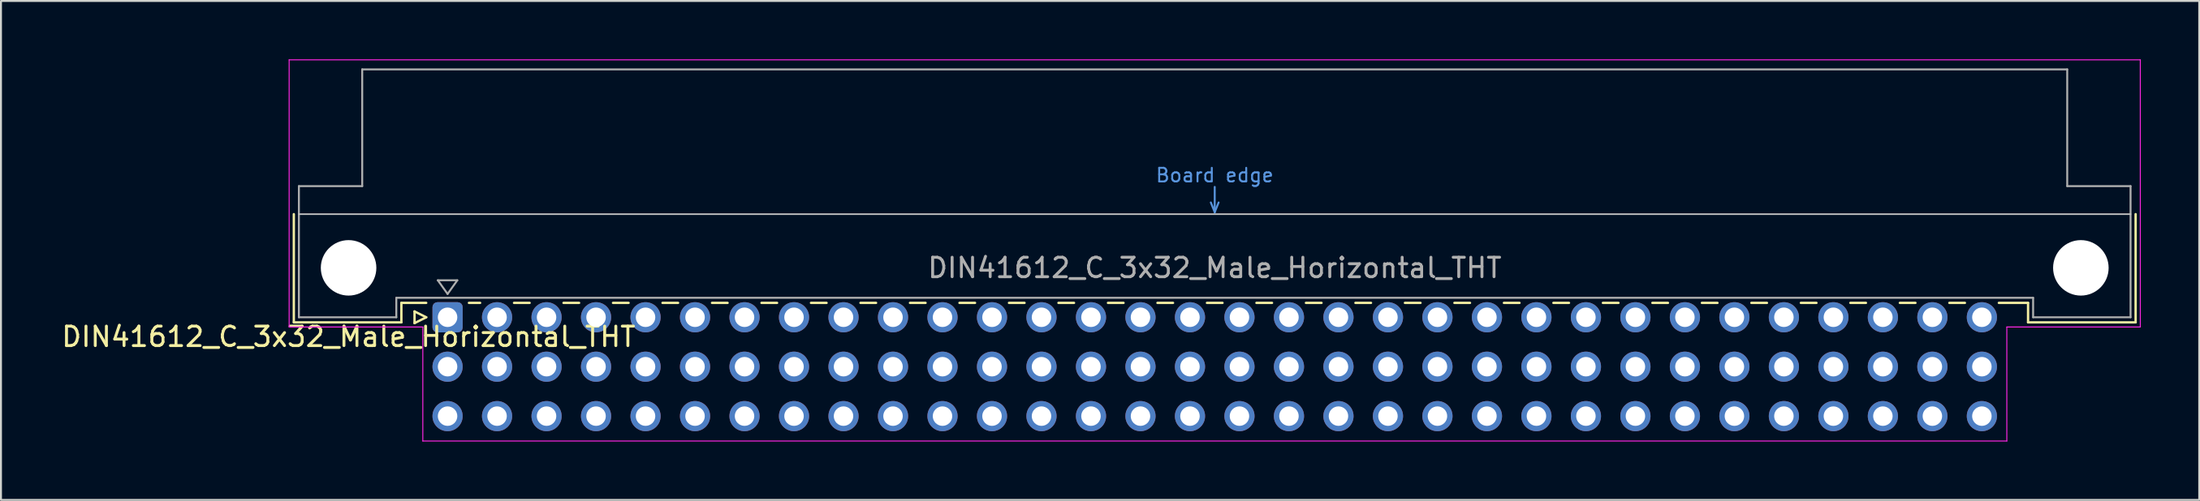
<source format=kicad_pcb>
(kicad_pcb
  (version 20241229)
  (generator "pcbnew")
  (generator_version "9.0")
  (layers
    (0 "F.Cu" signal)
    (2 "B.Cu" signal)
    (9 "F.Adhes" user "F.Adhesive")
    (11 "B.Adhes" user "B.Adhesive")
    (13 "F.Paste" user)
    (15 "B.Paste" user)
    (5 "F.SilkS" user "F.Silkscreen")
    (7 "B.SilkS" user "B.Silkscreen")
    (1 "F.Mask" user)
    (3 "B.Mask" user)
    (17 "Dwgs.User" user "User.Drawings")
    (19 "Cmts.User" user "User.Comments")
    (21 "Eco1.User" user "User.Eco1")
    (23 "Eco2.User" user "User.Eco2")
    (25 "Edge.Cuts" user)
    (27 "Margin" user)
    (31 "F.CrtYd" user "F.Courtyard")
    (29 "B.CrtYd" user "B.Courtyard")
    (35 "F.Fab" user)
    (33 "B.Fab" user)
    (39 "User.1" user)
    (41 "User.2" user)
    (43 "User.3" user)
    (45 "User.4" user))
  (footprint "DIN41612_C_3x32_Male_Horizontal_THT"
    (layer "F.Cu")
    (at 19.919 13.255)
    (property "Reference" "DIN41612_C_3x32_Male_Horizontal_THT" (at -5.08 1 0) (layer "F.SilkS") (effects (font (size 1 1) (thickness 0.15))))
    (attr through_hole)
    (fp_line (start -7.89 -5.3) (end -7.89 0.26) (stroke (width 0.12) (type solid)) (layer "F.SilkS"))
    (fp_line (start -7.89 0.26) (end -2.37 0.26) (stroke (width 0.12) (type solid)) (layer "F.SilkS"))
    (fp_line (start -2.371 -0.74) (end -1.095 -0.74) (stroke (width 0.12) (type solid)) (layer "F.SilkS"))
    (fp_line (start -2.37 0.26) (end -2.37 -0.74) (stroke (width 0.12) (type solid)) (layer "F.SilkS"))
    (fp_line (start -1.695 -0.3) (end -1.695 0.3) (stroke (width 0.12) (type solid)) (layer "F.SilkS"))
    (fp_line (start -1.695 0.3) (end -1.095 0) (stroke (width 0.12) (type solid)) (layer "F.SilkS"))
    (fp_line (start -1.095 0) (end -1.695 -0.3) (stroke (width 0.12) (type solid)) (layer "F.SilkS"))
    (fp_line (start 1.095 -0.74) (end 1.671 -0.74) (stroke (width 0.12) (type solid)) (layer "F.SilkS"))
    (fp_line (start 3.41 -0.74) (end 4.211 -0.74) (stroke (width 0.12) (type solid)) (layer "F.SilkS"))
    (fp_line (start 5.95 -0.74) (end 6.751 -0.74) (stroke (width 0.12) (type solid)) (layer "F.SilkS"))
    (fp_line (start 8.49 -0.74) (end 9.291 -0.74) (stroke (width 0.12) (type solid)) (layer "F.SilkS"))
    (fp_line (start 11.03 -0.74) (end 11.831 -0.74) (stroke (width 0.12) (type solid)) (layer "F.SilkS"))
    (fp_line (start 13.57 -0.74) (end 14.371 -0.74) (stroke (width 0.12) (type solid)) (layer "F.SilkS"))
    (fp_line (start 16.11 -0.74) (end 16.911 -0.74) (stroke (width 0.12) (type solid)) (layer "F.SilkS"))
    (fp_line (start 18.65 -0.74) (end 19.451 -0.74) (stroke (width 0.12) (type solid)) (layer "F.SilkS"))
    (fp_line (start 21.19 -0.74) (end 21.991 -0.74) (stroke (width 0.12) (type solid)) (layer "F.SilkS"))
    (fp_line (start 23.73 -0.74) (end 24.531 -0.74) (stroke (width 0.12) (type solid)) (layer "F.SilkS"))
    (fp_line (start 26.27 -0.74) (end 27.071 -0.74) (stroke (width 0.12) (type solid)) (layer "F.SilkS"))
    (fp_line (start 28.81 -0.74) (end 29.611 -0.74) (stroke (width 0.12) (type solid)) (layer "F.SilkS"))
    (fp_line (start 31.35 -0.74) (end 32.151 -0.74) (stroke (width 0.12) (type solid)) (layer "F.SilkS"))
    (fp_line (start 33.89 -0.74) (end 34.691 -0.74) (stroke (width 0.12) (type solid)) (layer "F.SilkS"))
    (fp_line (start 36.43 -0.74) (end 37.231 -0.74) (stroke (width 0.12) (type solid)) (layer "F.SilkS"))
    (fp_line (start 38.97 -0.74) (end 39.771 -0.74) (stroke (width 0.12) (type solid)) (layer "F.SilkS"))
    (fp_line (start 41.51 -0.74) (end 42.311 -0.74) (stroke (width 0.12) (type solid)) (layer "F.SilkS"))
    (fp_line (start 44.05 -0.74) (end 44.851 -0.74) (stroke (width 0.12) (type solid)) (layer "F.SilkS"))
    (fp_line (start 46.59 -0.74) (end 47.391 -0.74) (stroke (width 0.12) (type solid)) (layer "F.SilkS"))
    (fp_line (start 49.13 -0.74) (end 49.931 -0.74) (stroke (width 0.12) (type solid)) (layer "F.SilkS"))
    (fp_line (start 51.67 -0.74) (end 52.471 -0.74) (stroke (width 0.12) (type solid)) (layer "F.SilkS"))
    (fp_line (start 54.21 -0.74) (end 55.011 -0.74) (stroke (width 0.12) (type solid)) (layer "F.SilkS"))
    (fp_line (start 56.75 -0.74) (end 57.551 -0.74) (stroke (width 0.12) (type solid)) (layer "F.SilkS"))
    (fp_line (start 59.29 -0.74) (end 60.091 -0.74) (stroke (width 0.12) (type solid)) (layer "F.SilkS"))
    (fp_line (start 61.83 -0.74) (end 62.631 -0.74) (stroke (width 0.12) (type solid)) (layer "F.SilkS"))
    (fp_line (start 64.37 -0.74) (end 65.171 -0.74) (stroke (width 0.12) (type solid)) (layer "F.SilkS"))
    (fp_line (start 66.91 -0.74) (end 67.711 -0.74) (stroke (width 0.12) (type solid)) (layer "F.SilkS"))
    (fp_line (start 69.45 -0.74) (end 70.251 -0.74) (stroke (width 0.12) (type solid)) (layer "F.SilkS"))
    (fp_line (start 71.99 -0.74) (end 72.791 -0.74) (stroke (width 0.12) (type solid)) (layer "F.SilkS"))
    (fp_line (start 74.53 -0.74) (end 75.331 -0.74) (stroke (width 0.12) (type solid)) (layer "F.SilkS"))
    (fp_line (start 77.07 -0.74) (end 77.871 -0.74) (stroke (width 0.12) (type solid)) (layer "F.SilkS"))
    (fp_line (start 79.61 -0.74) (end 81.11 -0.74) (stroke (width 0.12) (type solid)) (layer "F.SilkS"))
    (fp_line (start 81.11 0.26) (end 81.11 -0.74) (stroke (width 0.12) (type solid)) (layer "F.SilkS"))
    (fp_line (start 86.63 -5.3) (end 86.63 0.26) (stroke (width 0.12) (type solid)) (layer "F.SilkS"))
    (fp_line (start 86.63 0.26) (end 81.11 0.26) (stroke (width 0.12) (type solid)) (layer "F.SilkS"))
    (fp_line (start -7.63 -5.3) (end 86.37 -5.3) (stroke (width 0.08) (type solid)) (layer "Dwgs.User"))
    (fp_line (start 39.17 -5.9) (end 39.37 -5.4) (stroke (width 0.1) (type solid)) (layer "Cmts.User"))
    (fp_line (start 39.37 -5.4) (end 39.37 -6.7) (stroke (width 0.1) (type solid)) (layer "Cmts.User"))
    (fp_line (start 39.37 -5.4) (end 39.57 -5.9) (stroke (width 0.1) (type solid)) (layer "Cmts.User"))
    (fp_line (start -8.13 -13.23) (end -8.13 0.5) (stroke (width 0.05) (type solid)) (layer "F.CrtYd"))
    (fp_line (start -8.13 0.5) (end -1.27 0.5) (stroke (width 0.05) (type solid)) (layer "F.CrtYd"))
    (fp_line (start -1.27 0.5) (end -1.27 6.36) (stroke (width 0.05) (type solid)) (layer "F.CrtYd"))
    (fp_line (start -1.27 6.36) (end 80.02 6.36) (stroke (width 0.05) (type solid)) (layer "F.CrtYd"))
    (fp_line (start 80.02 0.5) (end 86.87 0.5) (stroke (width 0.05) (type solid)) (layer "F.CrtYd"))
    (fp_line (start 80.02 6.36) (end 80.02 0.5) (stroke (width 0.05) (type solid)) (layer "F.CrtYd"))
    (fp_line (start 86.87 -13.23) (end -8.13 -13.23) (stroke (width 0.05) (type solid)) (layer "F.CrtYd"))
    (fp_line (start 86.87 0.5) (end 86.87 -13.23) (stroke (width 0.05) (type solid)) (layer "F.CrtYd"))
    (fp_line (start -7.63 -6.74) (end -7.63 0) (stroke (width 0.1) (type solid)) (layer "F.Fab"))
    (fp_line (start -7.63 0) (end -2.63 0) (stroke (width 0.1) (type solid)) (layer "F.Fab"))
    (fp_line (start -4.38 -12.74) (end -4.38 -6.74) (stroke (width 0.1) (type solid)) (layer "F.Fab"))
    (fp_line (start -4.38 -6.74) (end -7.63 -6.74) (stroke (width 0.1) (type solid)) (layer "F.Fab"))
    (fp_line (start -2.63 -1) (end 81.37 -1) (stroke (width 0.1) (type solid)) (layer "F.Fab"))
    (fp_line (start -2.63 0) (end -2.63 -1) (stroke (width 0.1) (type solid)) (layer "F.Fab"))
    (fp_line (start -0.5 -1.9) (end 0.5 -1.9) (stroke (width 0.1) (type solid)) (layer "F.Fab"))
    (fp_line (start 0 -1.2) (end -0.5 -1.9) (stroke (width 0.1) (type solid)) (layer "F.Fab"))
    (fp_line (start 0.5 -1.9) (end 0 -1.2) (stroke (width 0.1) (type solid)) (layer "F.Fab"))
    (fp_line (start 81.37 -1) (end 81.37 0) (stroke (width 0.1) (type solid)) (layer "F.Fab"))
    (fp_line (start 81.37 0) (end 86.37 0) (stroke (width 0.1) (type solid)) (layer "F.Fab"))
    (fp_line (start 83.12 -12.74) (end -4.38 -12.74) (stroke (width 0.1) (type solid)) (layer "F.Fab"))
    (fp_line (start 83.12 -6.74) (end 83.12 -12.74) (stroke (width 0.1) (type solid)) (layer "F.Fab"))
    (fp_line (start 86.37 -6.74) (end 83.12 -6.74) (stroke (width 0.1) (type solid)) (layer "F.Fab"))
    (fp_line (start 86.37 0) (end 86.37 -6.74) (stroke (width 0.1) (type solid)) (layer "F.Fab"))
    (fp_text user "Board edge" (at 39.37 -7.3 0) (layer "Cmts.User") (effects (font (size 0.7 0.7) (thickness 0.1))))
    (fp_text user "${REFERENCE}" (at 39.37 -2.54 0) (layer "F.Fab") (effects (font (size 1 1) (thickness 0.15))))
    (pad "" np_thru_hole circle (at -5.08 -2.54) (size 2.85 2.85) (drill 2.85) (layers "*.Cu" "*.Mask"))
    (pad "" np_thru_hole circle (at 83.82 -2.54) (size 2.85 2.85) (drill 2.85) (layers "*.Cu" "*.Mask"))
    (pad "a1" thru_hole roundrect (at 0 0) (size 1.55 1.55) (drill 1) (layers "*.Cu" "*.Mask") (roundrect_rratio 0.161))
    (pad "a2" thru_hole circle (at 2.54 0) (size 1.55 1.55) (drill 1) (layers "*.Cu" "*.Mask"))
    (pad "a3" thru_hole circle (at 5.08 0) (size 1.55 1.55) (drill 1) (layers "*.Cu" "*.Mask"))
    (pad "a4" thru_hole circle (at 7.62 0) (size 1.55 1.55) (drill 1) (layers "*.Cu" "*.Mask"))
    (pad "a5" thru_hole circle (at 10.16 0) (size 1.55 1.55) (drill 1) (layers "*.Cu" "*.Mask"))
    (pad "a6" thru_hole circle (at 12.7 0) (size 1.55 1.55) (drill 1) (layers "*.Cu" "*.Mask"))
    (pad "a7" thru_hole circle (at 15.24 0) (size 1.55 1.55) (drill 1) (layers "*.Cu" "*.Mask"))
    (pad "a8" thru_hole circle (at 17.78 0) (size 1.55 1.55) (drill 1) (layers "*.Cu" "*.Mask"))
    (pad "a9" thru_hole circle (at 20.32 0) (size 1.55 1.55) (drill 1) (layers "*.Cu" "*.Mask"))
    (pad "a10" thru_hole circle (at 22.86 0) (size 1.55 1.55) (drill 1) (layers "*.Cu" "*.Mask"))
    (pad "a11" thru_hole circle (at 25.4 0) (size 1.55 1.55) (drill 1) (layers "*.Cu" "*.Mask"))
    (pad "a12" thru_hole circle (at 27.94 0) (size 1.55 1.55) (drill 1) (layers "*.Cu" "*.Mask"))
    (pad "a13" thru_hole circle (at 30.48 0) (size 1.55 1.55) (drill 1) (layers "*.Cu" "*.Mask"))
    (pad "a14" thru_hole circle (at 33.02 0) (size 1.55 1.55) (drill 1) (layers "*.Cu" "*.Mask"))
    (pad "a15" thru_hole circle (at 35.56 0) (size 1.55 1.55) (drill 1) (layers "*.Cu" "*.Mask"))
    (pad "a16" thru_hole circle (at 38.1 0) (size 1.55 1.55) (drill 1) (layers "*.Cu" "*.Mask"))
    (pad "a17" thru_hole circle (at 40.64 0) (size 1.55 1.55) (drill 1) (layers "*.Cu" "*.Mask"))
    (pad "a18" thru_hole circle (at 43.18 0) (size 1.55 1.55) (drill 1) (layers "*.Cu" "*.Mask"))
    (pad "a19" thru_hole circle (at 45.72 0) (size 1.55 1.55) (drill 1) (layers "*.Cu" "*.Mask"))
    (pad "a20" thru_hole circle (at 48.26 0) (size 1.55 1.55) (drill 1) (layers "*.Cu" "*.Mask"))
    (pad "a21" thru_hole circle (at 50.8 0) (size 1.55 1.55) (drill 1) (layers "*.Cu" "*.Mask"))
    (pad "a22" thru_hole circle (at 53.34 0) (size 1.55 1.55) (drill 1) (layers "*.Cu" "*.Mask"))
    (pad "a23" thru_hole circle (at 55.88 0) (size 1.55 1.55) (drill 1) (layers "*.Cu" "*.Mask"))
    (pad "a24" thru_hole circle (at 58.42 0) (size 1.55 1.55) (drill 1) (layers "*.Cu" "*.Mask"))
    (pad "a25" thru_hole circle (at 60.96 0) (size 1.55 1.55) (drill 1) (layers "*.Cu" "*.Mask"))
    (pad "a26" thru_hole circle (at 63.5 0) (size 1.55 1.55) (drill 1) (layers "*.Cu" "*.Mask"))
    (pad "a27" thru_hole circle (at 66.04 0) (size 1.55 1.55) (drill 1) (layers "*.Cu" "*.Mask"))
    (pad "a28" thru_hole circle (at 68.58 0) (size 1.55 1.55) (drill 1) (layers "*.Cu" "*.Mask"))
    (pad "a29" thru_hole circle (at 71.12 0) (size 1.55 1.55) (drill 1) (layers "*.Cu" "*.Mask"))
    (pad "a30" thru_hole circle (at 73.66 0) (size 1.55 1.55) (drill 1) (layers "*.Cu" "*.Mask"))
    (pad "a31" thru_hole circle (at 76.2 0) (size 1.55 1.55) (drill 1) (layers "*.Cu" "*.Mask"))
    (pad "a32" thru_hole circle (at 78.74 0) (size 1.55 1.55) (drill 1) (layers "*.Cu" "*.Mask"))
    (pad "b1" thru_hole circle (at 0 2.54) (size 1.55 1.55) (drill 1) (layers "*.Cu" "*.Mask"))
    (pad "b2" thru_hole circle (at 2.54 2.54) (size 1.55 1.55) (drill 1) (layers "*.Cu" "*.Mask"))
    (pad "b3" thru_hole circle (at 5.08 2.54) (size 1.55 1.55) (drill 1) (layers "*.Cu" "*.Mask"))
    (pad "b4" thru_hole circle (at 7.62 2.54) (size 1.55 1.55) (drill 1) (layers "*.Cu" "*.Mask"))
    (pad "b5" thru_hole circle (at 10.16 2.54) (size 1.55 1.55) (drill 1) (layers "*.Cu" "*.Mask"))
    (pad "b6" thru_hole circle (at 12.7 2.54) (size 1.55 1.55) (drill 1) (layers "*.Cu" "*.Mask"))
    (pad "b7" thru_hole circle (at 15.24 2.54) (size 1.55 1.55) (drill 1) (layers "*.Cu" "*.Mask"))
    (pad "b8" thru_hole circle (at 17.78 2.54) (size 1.55 1.55) (drill 1) (layers "*.Cu" "*.Mask"))
    (pad "b9" thru_hole circle (at 20.32 2.54) (size 1.55 1.55) (drill 1) (layers "*.Cu" "*.Mask"))
    (pad "b10" thru_hole circle (at 22.86 2.54) (size 1.55 1.55) (drill 1) (layers "*.Cu" "*.Mask"))
    (pad "b11" thru_hole circle (at 25.4 2.54) (size 1.55 1.55) (drill 1) (layers "*.Cu" "*.Mask"))
    (pad "b12" thru_hole circle (at 27.94 2.54) (size 1.55 1.55) (drill 1) (layers "*.Cu" "*.Mask"))
    (pad "b13" thru_hole circle (at 30.48 2.54) (size 1.55 1.55) (drill 1) (layers "*.Cu" "*.Mask"))
    (pad "b14" thru_hole circle (at 33.02 2.54) (size 1.55 1.55) (drill 1) (layers "*.Cu" "*.Mask"))
    (pad "b15" thru_hole circle (at 35.56 2.54) (size 1.55 1.55) (drill 1) (layers "*.Cu" "*.Mask"))
    (pad "b16" thru_hole circle (at 38.1 2.54) (size 1.55 1.55) (drill 1) (layers "*.Cu" "*.Mask"))
    (pad "b17" thru_hole circle (at 40.64 2.54) (size 1.55 1.55) (drill 1) (layers "*.Cu" "*.Mask"))
    (pad "b18" thru_hole circle (at 43.18 2.54) (size 1.55 1.55) (drill 1) (layers "*.Cu" "*.Mask"))
    (pad "b19" thru_hole circle (at 45.72 2.54) (size 1.55 1.55) (drill 1) (layers "*.Cu" "*.Mask"))
    (pad "b20" thru_hole circle (at 48.26 2.54) (size 1.55 1.55) (drill 1) (layers "*.Cu" "*.Mask"))
    (pad "b21" thru_hole circle (at 50.8 2.54) (size 1.55 1.55) (drill 1) (layers "*.Cu" "*.Mask"))
    (pad "b22" thru_hole circle (at 53.34 2.54) (size 1.55 1.55) (drill 1) (layers "*.Cu" "*.Mask"))
    (pad "b23" thru_hole circle (at 55.88 2.54) (size 1.55 1.55) (drill 1) (layers "*.Cu" "*.Mask"))
    (pad "b24" thru_hole circle (at 58.42 2.54) (size 1.55 1.55) (drill 1) (layers "*.Cu" "*.Mask"))
    (pad "b25" thru_hole circle (at 60.96 2.54) (size 1.55 1.55) (drill 1) (layers "*.Cu" "*.Mask"))
    (pad "b26" thru_hole circle (at 63.5 2.54) (size 1.55 1.55) (drill 1) (layers "*.Cu" "*.Mask"))
    (pad "b27" thru_hole circle (at 66.04 2.54) (size 1.55 1.55) (drill 1) (layers "*.Cu" "*.Mask"))
    (pad "b28" thru_hole circle (at 68.58 2.54) (size 1.55 1.55) (drill 1) (layers "*.Cu" "*.Mask"))
    (pad "b29" thru_hole circle (at 71.12 2.54) (size 1.55 1.55) (drill 1) (layers "*.Cu" "*.Mask"))
    (pad "b30" thru_hole circle (at 73.66 2.54) (size 1.55 1.55) (drill 1) (layers "*.Cu" "*.Mask"))
    (pad "b31" thru_hole circle (at 76.2 2.54) (size 1.55 1.55) (drill 1) (layers "*.Cu" "*.Mask"))
    (pad "b32" thru_hole circle (at 78.74 2.54) (size 1.55 1.55) (drill 1) (layers "*.Cu" "*.Mask"))
    (pad "c1" thru_hole circle (at 0 5.08) (size 1.55 1.55) (drill 1) (layers "*.Cu" "*.Mask"))
    (pad "c2" thru_hole circle (at 2.54 5.08) (size 1.55 1.55) (drill 1) (layers "*.Cu" "*.Mask"))
    (pad "c3" thru_hole circle (at 5.08 5.08) (size 1.55 1.55) (drill 1) (layers "*.Cu" "*.Mask"))
    (pad "c4" thru_hole circle (at 7.62 5.08) (size 1.55 1.55) (drill 1) (layers "*.Cu" "*.Mask"))
    (pad "c5" thru_hole circle (at 10.16 5.08) (size 1.55 1.55) (drill 1) (layers "*.Cu" "*.Mask"))
    (pad "c6" thru_hole circle (at 12.7 5.08) (size 1.55 1.55) (drill 1) (layers "*.Cu" "*.Mask"))
    (pad "c7" thru_hole circle (at 15.24 5.08) (size 1.55 1.55) (drill 1) (layers "*.Cu" "*.Mask"))
    (pad "c8" thru_hole circle (at 17.78 5.08) (size 1.55 1.55) (drill 1) (layers "*.Cu" "*.Mask"))
    (pad "c9" thru_hole circle (at 20.32 5.08) (size 1.55 1.55) (drill 1) (layers "*.Cu" "*.Mask"))
    (pad "c10" thru_hole circle (at 22.86 5.08) (size 1.55 1.55) (drill 1) (layers "*.Cu" "*.Mask"))
    (pad "c11" thru_hole circle (at 25.4 5.08) (size 1.55 1.55) (drill 1) (layers "*.Cu" "*.Mask"))
    (pad "c12" thru_hole circle (at 27.94 5.08) (size 1.55 1.55) (drill 1) (layers "*.Cu" "*.Mask"))
    (pad "c13" thru_hole circle (at 30.48 5.08) (size 1.55 1.55) (drill 1) (layers "*.Cu" "*.Mask"))
    (pad "c14" thru_hole circle (at 33.02 5.08) (size 1.55 1.55) (drill 1) (layers "*.Cu" "*.Mask"))
    (pad "c15" thru_hole circle (at 35.56 5.08) (size 1.55 1.55) (drill 1) (layers "*.Cu" "*.Mask"))
    (pad "c16" thru_hole circle (at 38.1 5.08) (size 1.55 1.55) (drill 1) (layers "*.Cu" "*.Mask"))
    (pad "c17" thru_hole circle (at 40.64 5.08) (size 1.55 1.55) (drill 1) (layers "*.Cu" "*.Mask"))
    (pad "c18" thru_hole circle (at 43.18 5.08) (size 1.55 1.55) (drill 1) (layers "*.Cu" "*.Mask"))
    (pad "c19" thru_hole circle (at 45.72 5.08) (size 1.55 1.55) (drill 1) (layers "*.Cu" "*.Mask"))
    (pad "c20" thru_hole circle (at 48.26 5.08) (size 1.55 1.55) (drill 1) (layers "*.Cu" "*.Mask"))
    (pad "c21" thru_hole circle (at 50.8 5.08) (size 1.55 1.55) (drill 1) (layers "*.Cu" "*.Mask"))
    (pad "c22" thru_hole circle (at 53.34 5.08) (size 1.55 1.55) (drill 1) (layers "*.Cu" "*.Mask"))
    (pad "c23" thru_hole circle (at 55.88 5.08) (size 1.55 1.55) (drill 1) (layers "*.Cu" "*.Mask"))
    (pad "c24" thru_hole circle (at 58.42 5.08) (size 1.55 1.55) (drill 1) (layers "*.Cu" "*.Mask"))
    (pad "c25" thru_hole circle (at 60.96 5.08) (size 1.55 1.55) (drill 1) (layers "*.Cu" "*.Mask"))
    (pad "c26" thru_hole circle (at 63.5 5.08) (size 1.55 1.55) (drill 1) (layers "*.Cu" "*.Mask"))
    (pad "c27" thru_hole circle (at 66.04 5.08) (size 1.55 1.55) (drill 1) (layers "*.Cu" "*.Mask"))
    (pad "c28" thru_hole circle (at 68.58 5.08) (size 1.55 1.55) (drill 1) (layers "*.Cu" "*.Mask"))
    (pad "c29" thru_hole circle (at 71.12 5.08) (size 1.55 1.55) (drill 1) (layers "*.Cu" "*.Mask"))
    (pad "c30" thru_hole circle (at 73.66 5.08) (size 1.55 1.55) (drill 1) (layers "*.Cu" "*.Mask"))
    (pad "c31" thru_hole circle (at 76.2 5.08) (size 1.55 1.55) (drill 1) (layers "*.Cu" "*.Mask"))
    (pad "c32" thru_hole circle (at 78.74 5.08) (size 1.55 1.55) (drill 1) (layers "*.Cu" "*.Mask")))
  (gr_rect
    (start -3 -3)
    (end 109.814 22.64)
    (stroke (width 0.1) (type default))
    (fill no)
    (layer "Edge.Cuts")))
</source>
